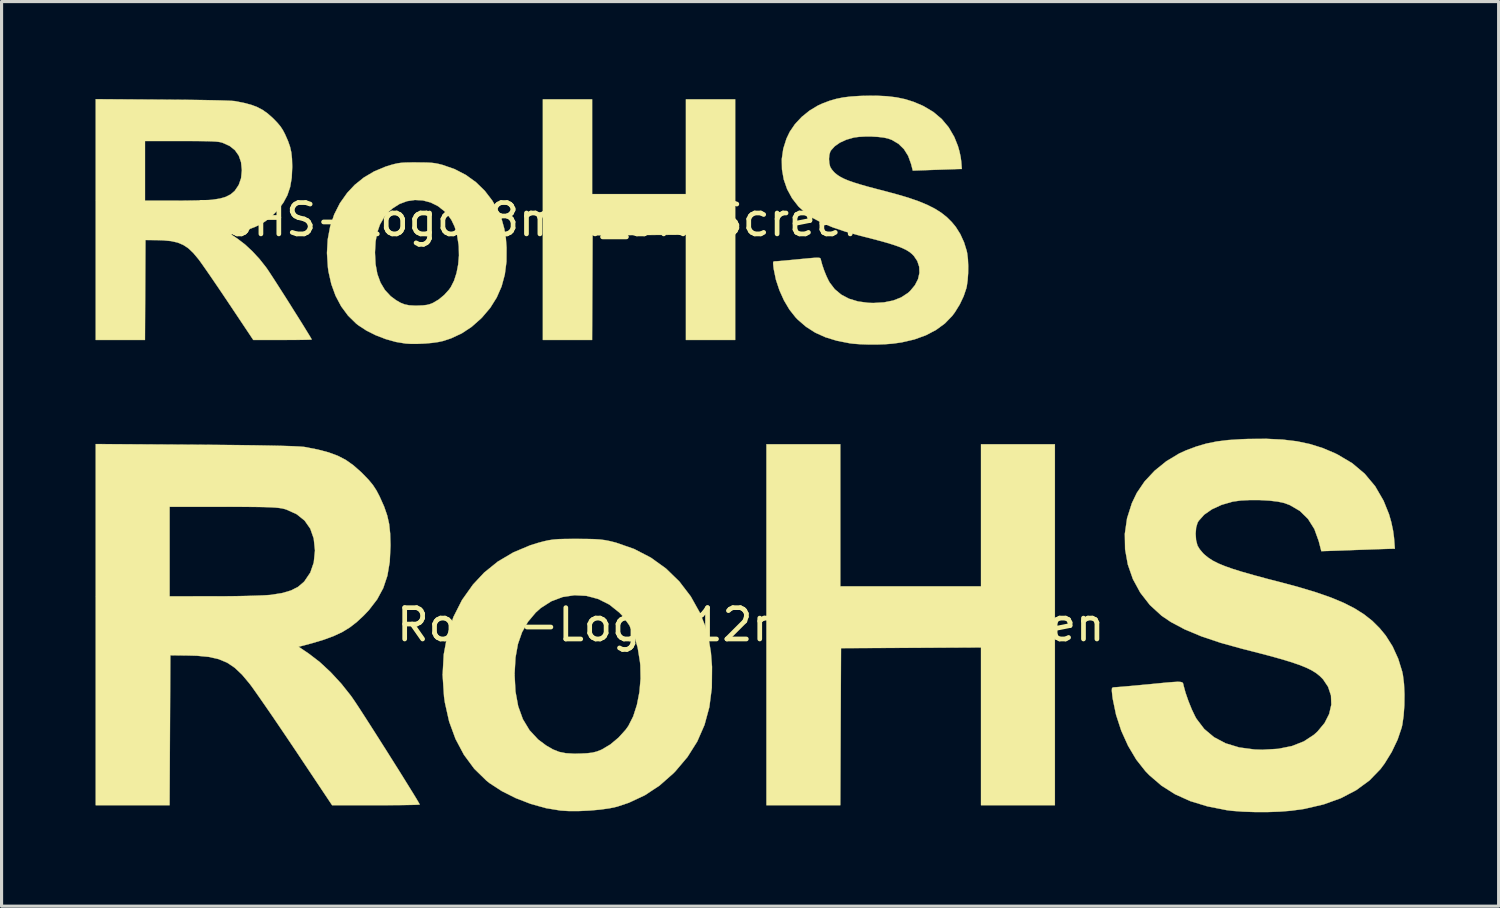
<source format=kicad_pcb>
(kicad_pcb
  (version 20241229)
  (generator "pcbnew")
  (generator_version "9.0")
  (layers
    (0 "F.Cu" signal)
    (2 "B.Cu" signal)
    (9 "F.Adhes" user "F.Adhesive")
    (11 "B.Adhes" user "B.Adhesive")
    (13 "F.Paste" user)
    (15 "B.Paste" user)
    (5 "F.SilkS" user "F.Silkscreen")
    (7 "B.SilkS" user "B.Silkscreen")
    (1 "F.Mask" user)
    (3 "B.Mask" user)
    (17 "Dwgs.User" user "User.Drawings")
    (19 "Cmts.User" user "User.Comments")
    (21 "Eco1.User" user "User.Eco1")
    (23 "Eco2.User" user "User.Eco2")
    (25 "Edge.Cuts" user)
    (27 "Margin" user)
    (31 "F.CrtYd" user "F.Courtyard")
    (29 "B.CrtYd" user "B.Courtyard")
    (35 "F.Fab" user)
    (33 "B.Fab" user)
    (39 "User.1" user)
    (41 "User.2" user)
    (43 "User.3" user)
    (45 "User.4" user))
  (footprint "RoHS-Logo_12mm_SilkScreen"
    (layer "F.Cu")
    (at 20.915 16.891)
    (property "Reference" "RoHS-Logo_12mm_SilkScreen" (at 0 0 0) (layer "F.SilkS") (effects (font (size 1 1) (thickness 0.15))))
    (attr exclude_from_pos_files exclude_from_bom allow_missing_courtyard)
    (fp_poly (pts (xy 2.857 -1.225) (xy 7.348 -1.225) (xy 7.348 -5.76) (xy 9.706 -5.76) (xy 9.706 5.76) (xy 7.348 5.76) (xy 7.348 0.725) (xy 5.114 0.737) (xy 2.88 0.748) (xy 2.868 3.254) (xy 2.857 5.76) (xy 0.499 5.76) (xy 0.499 -5.76) (xy 2.857 -5.76) (xy 2.857 -1.225)) (stroke (width 0.01) (type solid)) (fill yes) (layer "F.SilkS"))
    (fp_poly (pts (xy -5.534 -2.74) (xy -5.231 -2.738) (xy -4.997 -2.732) (xy -4.812 -2.72) (xy -4.654 -2.7) (xy -4.502 -2.67) (xy -4.334 -2.628) (xy -4.306 -2.621) (xy -3.726 -2.419) (xy -3.191 -2.142) (xy -2.707 -1.794) (xy -2.28 -1.379) (xy -1.916 -0.903) (xy -1.63 -0.391) (xy -1.464 0.017) (xy -1.347 0.436) (xy -1.273 0.891) (xy -1.238 1.343) (xy -1.244 2.01) (xy -1.323 2.627) (xy -1.478 3.198) (xy -1.71 3.728) (xy -2.02 4.22) (xy -2.41 4.681) (xy -2.47 4.742) (xy -2.913 5.133) (xy -3.382 5.443) (xy -3.893 5.682) (xy -4.271 5.808) (xy -4.508 5.859) (xy -4.807 5.901) (xy -5.142 5.931) (xy -5.486 5.947) (xy -5.81 5.947) (xy -6.065 5.932) (xy -6.538 5.854) (xy -7.026 5.718) (xy -7.505 5.533) (xy -7.95 5.309) (xy -8.337 5.057) (xy -8.44 4.975) (xy -8.828 4.596) (xy -9.157 4.15) (xy -9.425 3.646) (xy -9.629 3.089) (xy -9.764 2.487) (xy -9.792 2.291) (xy -9.837 1.604) (xy -9.836 1.587) (xy -7.54 1.587) (xy -7.512 2.128) (xy -7.425 2.602) (xy -7.276 3.014) (xy -7.063 3.367) (xy -6.787 3.664) (xy -6.531 3.855) (xy -6.319 3.978) (xy -6.119 4.058) (xy -5.904 4.101) (xy -5.644 4.116) (xy -5.466 4.114) (xy -5.232 4.103) (xy -5.059 4.083) (xy -4.917 4.048) (xy -4.775 3.992) (xy -4.753 3.982) (xy -4.484 3.822) (xy -4.221 3.602) (xy -3.993 3.35) (xy -3.906 3.227) (xy -3.753 2.924) (xy -3.635 2.557) (xy -3.555 2.148) (xy -3.518 1.721) (xy -3.526 1.296) (xy -3.537 1.19) (xy -3.611 0.731) (xy -3.723 0.342) (xy -3.88 0.013) (xy -4.085 -0.271) (xy -4.198 -0.39) (xy -4.52 -0.646) (xy -4.873 -0.823) (xy -5.247 -0.922) (xy -5.628 -0.942) (xy -6.006 -0.885) (xy -6.368 -0.749) (xy -6.702 -0.535) (xy -6.865 -0.389) (xy -7.113 -0.094) (xy -7.301 0.238) (xy -7.433 0.616) (xy -7.511 1.051) (xy -7.539 1.554) (xy -7.54 1.587) (xy -9.836 1.587) (xy -9.801 0.949) (xy -9.686 0.33) (xy -9.491 -0.25) (xy -9.218 -0.789) (xy -8.868 -1.282) (xy -8.511 -1.664) (xy -8.077 -2.015) (xy -7.581 -2.308) (xy -7.037 -2.537) (xy -6.777 -2.617) (xy -6.604 -2.663) (xy -6.455 -2.696) (xy -6.308 -2.718) (xy -6.144 -2.732) (xy -5.94 -2.738) (xy -5.676 -2.74) (xy -5.534 -2.74)) (stroke (width 0.01) (type solid)) (fill yes) (layer "F.SilkS"))
    (fp_poly (pts (xy -17.723 -5.746) (xy -17.011 -5.74) (xy -16.374 -5.734) (xy -15.816 -5.727) (xy -15.337 -5.718) (xy -14.941 -5.709) (xy -14.628 -5.699) (xy -14.402 -5.688) (xy -14.264 -5.677) (xy -14.242 -5.674) (xy -13.821 -5.592) (xy -13.473 -5.5) (xy -13.179 -5.391) (xy -12.922 -5.257) (xy -12.684 -5.088) (xy -12.446 -4.878) (xy -12.395 -4.828) (xy -12.204 -4.631) (xy -12.063 -4.461) (xy -11.951 -4.29) (xy -11.846 -4.09) (xy -11.841 -4.078) (xy -11.702 -3.767) (xy -11.606 -3.489) (xy -11.544 -3.215) (xy -11.512 -2.914) (xy -11.501 -2.557) (xy -11.501 -2.517) (xy -11.525 -2.009) (xy -11.6 -1.565) (xy -11.732 -1.17) (xy -11.927 -0.809) (xy -12.19 -0.467) (xy -12.356 -0.293) (xy -12.577 -0.087) (xy -12.799 0.085) (xy -13.037 0.231) (xy -13.308 0.358) (xy -13.626 0.476) (xy -14.009 0.591) (xy -14.281 0.664) (xy -14.434 0.703) (xy -14.1 0.929) (xy -13.76 1.19) (xy -13.41 1.515) (xy -13.07 1.883) (xy -12.761 2.272) (xy -12.716 2.336) (xy -12.638 2.45) (xy -12.524 2.622) (xy -12.382 2.841) (xy -12.216 3.099) (xy -12.033 3.385) (xy -11.839 3.69) (xy -11.639 4.005) (xy -11.44 4.321) (xy -11.247 4.627) (xy -11.068 4.914) (xy -10.907 5.174) (xy -10.77 5.395) (xy -10.664 5.569) (xy -10.595 5.687) (xy -10.568 5.738) (xy -10.568 5.739) (xy -10.612 5.744) (xy -10.735 5.749) (xy -10.927 5.753) (xy -11.177 5.757) (xy -11.474 5.759) (xy -11.807 5.76) (xy -11.966 5.76) (xy -13.365 5.76) (xy -14.523 4.025) (xy -14.773 3.653) (xy -15.019 3.289) (xy -15.253 2.944) (xy -15.47 2.629) (xy -15.662 2.352) (xy -15.822 2.124) (xy -15.943 1.955) (xy -15.999 1.881) (xy -16.239 1.594) (xy -16.473 1.373) (xy -16.717 1.21) (xy -16.988 1.097) (xy -17.303 1.026) (xy -17.677 0.99) (xy -17.959 0.982) (xy -18.528 0.975) (xy -18.54 3.368) (xy -18.552 5.76) (xy -20.91 5.76) (xy -20.91 -3.765) (xy -18.551 -3.765) (xy -18.551 -0.907) (xy -17.134 -0.908) (xy -16.762 -0.909) (xy -16.399 -0.913) (xy -16.062 -0.92) (xy -15.765 -0.929) (xy -15.524 -0.939) (xy -15.354 -0.95) (xy -15.32 -0.953) (xy -14.963 -1.01) (xy -14.679 -1.093) (xy -14.454 -1.207) (xy -14.273 -1.36) (xy -14.246 -1.39) (xy -14.06 -1.665) (xy -13.95 -1.985) (xy -13.912 -2.355) (xy -13.912 -2.381) (xy -13.951 -2.752) (xy -14.061 -3.066) (xy -14.242 -3.324) (xy -14.494 -3.527) (xy -14.819 -3.674) (xy -14.878 -3.693) (xy -14.956 -3.712) (xy -15.052 -3.727) (xy -15.177 -3.74) (xy -15.34 -3.749) (xy -15.551 -3.756) (xy -15.819 -3.76) (xy -16.153 -3.763) (xy -16.563 -3.764) (xy -16.836 -3.765) (xy -18.551 -3.765) (xy -20.91 -3.765) (xy -20.91 -5.767) (xy -17.723 -5.746)) (stroke (width 0.01) (type solid)) (fill yes) (layer "F.SilkS"))
    (fp_poly (pts (xy 16.973 -5.91) (xy 17.432 -5.855) (xy 17.852 -5.766) (xy 18.25 -5.641) (xy 18.641 -5.476) (xy 18.727 -5.434) (xy 19.195 -5.157) (xy 19.595 -4.82) (xy 19.929 -4.421) (xy 20.197 -3.959) (xy 20.371 -3.529) (xy 20.444 -3.273) (xy 20.501 -3.003) (xy 20.531 -2.779) (xy 20.558 -2.427) (xy 20.428 -2.424) (xy 20.346 -2.422) (xy 20.188 -2.417) (xy 19.969 -2.41) (xy 19.704 -2.4) (xy 19.408 -2.39) (xy 19.254 -2.385) (xy 18.211 -2.348) (xy 18.128 -2.669) (xy 17.989 -3.054) (xy 17.787 -3.376) (xy 17.526 -3.632) (xy 17.206 -3.819) (xy 17.032 -3.884) (xy 16.822 -3.93) (xy 16.55 -3.962) (xy 16.244 -3.979) (xy 15.931 -3.98) (xy 15.64 -3.965) (xy 15.398 -3.932) (xy 15.38 -3.929) (xy 15.028 -3.827) (xy 14.721 -3.686) (xy 14.473 -3.514) (xy 14.297 -3.317) (xy 14.261 -3.257) (xy 14.215 -3.104) (xy 14.199 -2.905) (xy 14.213 -2.699) (xy 14.258 -2.527) (xy 14.258 -2.526) (xy 14.33 -2.408) (xy 14.441 -2.277) (xy 14.495 -2.226) (xy 14.614 -2.132) (xy 14.752 -2.043) (xy 14.92 -1.958) (xy 15.125 -1.873) (xy 15.376 -1.784) (xy 15.683 -1.688) (xy 16.055 -1.582) (xy 16.499 -1.462) (xy 16.873 -1.366) (xy 17.501 -1.197) (xy 18.046 -1.033) (xy 18.519 -0.868) (xy 18.926 -0.698) (xy 19.277 -0.519) (xy 19.58 -0.327) (xy 19.844 -0.118) (xy 20.076 0.114) (xy 20.267 0.346) (xy 20.485 0.691) (xy 20.665 1.086) (xy 20.791 1.492) (xy 20.815 1.607) (xy 20.85 1.89) (xy 20.865 2.221) (xy 20.861 2.569) (xy 20.837 2.903) (xy 20.796 3.191) (xy 20.775 3.283) (xy 20.646 3.665) (xy 20.458 4.06) (xy 20.229 4.432) (xy 20.097 4.609) (xy 19.746 4.971) (xy 19.324 5.28) (xy 18.835 5.536) (xy 18.283 5.735) (xy 17.672 5.877) (xy 17.245 5.937) (xy 16.893 5.965) (xy 16.5 5.979) (xy 16.095 5.979) (xy 15.707 5.966) (xy 15.363 5.94) (xy 15.195 5.919) (xy 14.575 5.797) (xy 14.026 5.629) (xy 13.539 5.409) (xy 13.105 5.133) (xy 12.716 4.798) (xy 12.596 4.674) (xy 12.303 4.303) (xy 12.043 3.865) (xy 11.825 3.383) (xy 11.659 2.875) (xy 11.553 2.365) (xy 11.539 2.257) (xy 11.524 2.11) (xy 11.528 2.032) (xy 11.555 2.001) (xy 11.614 1.996) (xy 11.617 1.996) (xy 11.694 1.991) (xy 11.845 1.979) (xy 12.056 1.961) (xy 12.311 1.938) (xy 12.594 1.911) (xy 12.655 1.906) (xy 13.003 1.872) (xy 13.271 1.846) (xy 13.47 1.83) (xy 13.611 1.822) (xy 13.704 1.824) (xy 13.76 1.836) (xy 13.79 1.857) (xy 13.803 1.889) (xy 13.812 1.932) (xy 13.813 1.939) (xy 13.876 2.17) (xy 13.968 2.435) (xy 14.075 2.7) (xy 14.184 2.928) (xy 14.226 3.003) (xy 14.474 3.328) (xy 14.785 3.589) (xy 15.158 3.786) (xy 15.59 3.917) (xy 16.08 3.982) (xy 16.329 3.99) (xy 16.834 3.961) (xy 17.275 3.872) (xy 17.654 3.723) (xy 17.976 3.511) (xy 18.089 3.409) (xy 18.314 3.138) (xy 18.461 2.849) (xy 18.53 2.552) (xy 18.519 2.259) (xy 18.426 1.98) (xy 18.266 1.742) (xy 18.164 1.639) (xy 18.046 1.544) (xy 17.903 1.455) (xy 17.727 1.369) (xy 17.508 1.281) (xy 17.239 1.19) (xy 16.912 1.091) (xy 16.518 0.982) (xy 16.049 0.86) (xy 15.707 0.773) (xy 15.003 0.579) (xy 14.384 0.371) (xy 13.852 0.149) (xy 13.408 -0.087) (xy 13.116 -0.284) (xy 12.739 -0.629) (xy 12.432 -1.023) (xy 12.196 -1.458) (xy 12.034 -1.923) (xy 11.947 -2.408) (xy 11.939 -2.903) (xy 12.01 -3.397) (xy 12.164 -3.881) (xy 12.32 -4.206) (xy 12.57 -4.574) (xy 12.891 -4.917) (xy 13.265 -5.22) (xy 13.674 -5.466) (xy 13.889 -5.564) (xy 14.223 -5.689) (xy 14.544 -5.783) (xy 14.876 -5.85) (xy 15.241 -5.895) (xy 15.664 -5.922) (xy 15.876 -5.93) (xy 16.46 -5.934) (xy 16.973 -5.91)) (stroke (width 0.01) (type solid)) (fill yes) (layer "F.SilkS")))
  (footprint "RoHS-Logo_8mm_SilkScreen"
    (layer "F.Cu")
    (at 13.945 3.961)
    (property "Reference" "RoHS-Logo_8mm_SilkScreen" (at 0 0 0) (layer "F.SilkS") (effects (font (size 1 1) (thickness 0.15))))
    (attr exclude_from_pos_files exclude_from_bom allow_missing_courtyard)
    (fp_poly (pts (xy 1.905 -0.816) (xy 4.899 -0.816) (xy 4.899 -3.84) (xy 6.471 -3.84) (xy 6.471 3.84) (xy 4.899 3.84) (xy 4.899 0.483) (xy 3.409 0.491) (xy 1.92 0.499) (xy 1.912 2.17) (xy 1.904 3.84) (xy 0.333 3.84) (xy 0.333 -3.84) (xy 1.905 -3.84) (xy 1.905 -0.816)) (stroke (width 0.01) (type solid)) (fill yes) (layer "F.SilkS"))
    (fp_poly (pts (xy -3.689 -1.826) (xy -3.487 -1.825) (xy -3.332 -1.821) (xy -3.208 -1.813) (xy -3.103 -1.8) (xy -3.001 -1.78) (xy -2.889 -1.752) (xy -2.871 -1.747) (xy -2.484 -1.613) (xy -2.127 -1.428) (xy -1.804 -1.196) (xy -1.52 -0.919) (xy -1.277 -0.602) (xy -1.087 -0.26) (xy -0.976 0.011) (xy -0.898 0.291) (xy -0.848 0.594) (xy -0.826 0.895) (xy -0.829 1.34) (xy -0.882 1.752) (xy -0.985 2.132) (xy -1.14 2.485) (xy -1.346 2.814) (xy -1.607 3.121) (xy -1.647 3.161) (xy -1.942 3.422) (xy -2.255 3.629) (xy -2.595 3.788) (xy -2.848 3.872) (xy -3.005 3.906) (xy -3.205 3.934) (xy -3.428 3.954) (xy -3.657 3.964) (xy -3.873 3.965) (xy -4.043 3.955) (xy -4.359 3.903) (xy -4.684 3.812) (xy -5.003 3.689) (xy -5.3 3.54) (xy -5.558 3.371) (xy -5.627 3.317) (xy -5.885 3.064) (xy -6.105 2.767) (xy -6.284 2.43) (xy -6.419 2.059) (xy -6.51 1.658) (xy -6.528 1.527) (xy -6.558 1.069) (xy -6.558 1.058) (xy -5.026 1.058) (xy -5.008 1.419) (xy -4.95 1.735) (xy -4.85 2.01) (xy -4.709 2.245) (xy -4.525 2.443) (xy -4.354 2.57) (xy -4.213 2.652) (xy -4.079 2.705) (xy -3.936 2.734) (xy -3.762 2.744) (xy -3.644 2.743) (xy -3.488 2.736) (xy -3.373 2.722) (xy -3.278 2.699) (xy -3.183 2.661) (xy -3.168 2.654) (xy -2.989 2.548) (xy -2.814 2.402) (xy -2.662 2.234) (xy -2.604 2.151) (xy -2.502 1.949) (xy -2.423 1.704) (xy -2.37 1.432) (xy -2.345 1.147) (xy -2.351 0.864) (xy -2.358 0.793) (xy -2.407 0.487) (xy -2.482 0.228) (xy -2.586 0.009) (xy -2.724 -0.181) (xy -2.799 -0.26) (xy -3.013 -0.43) (xy -3.249 -0.548) (xy -3.498 -0.614) (xy -3.752 -0.628) (xy -4.004 -0.59) (xy -4.245 -0.5) (xy -4.468 -0.357) (xy -4.577 -0.26) (xy -4.742 -0.063) (xy -4.868 0.158) (xy -4.955 0.411) (xy -5.007 0.701) (xy -5.026 1.036) (xy -5.026 1.058) (xy -6.558 1.058) (xy -6.534 0.633) (xy -6.457 0.22) (xy -6.327 -0.167) (xy -6.145 -0.526) (xy -5.912 -0.855) (xy -5.674 -1.109) (xy -5.384 -1.343) (xy -5.054 -1.539) (xy -4.691 -1.691) (xy -4.518 -1.745) (xy -4.402 -1.776) (xy -4.303 -1.798) (xy -4.205 -1.812) (xy -4.096 -1.821) (xy -3.96 -1.825) (xy -3.784 -1.827) (xy -3.689 -1.826)) (stroke (width 0.01) (type solid)) (fill yes) (layer "F.SilkS"))
    (fp_poly (pts (xy -11.816 -3.831) (xy -11.341 -3.827) (xy -10.916 -3.823) (xy -10.544 -3.818) (xy -10.225 -3.812) (xy -9.96 -3.806) (xy -9.752 -3.799) (xy -9.601 -3.792) (xy -9.509 -3.785) (xy -9.495 -3.783) (xy -9.214 -3.728) (xy -8.982 -3.667) (xy -8.786 -3.594) (xy -8.615 -3.504) (xy -8.456 -3.392) (xy -8.297 -3.252) (xy -8.263 -3.219) (xy -8.136 -3.087) (xy -8.042 -2.974) (xy -7.967 -2.86) (xy -7.897 -2.727) (xy -7.894 -2.719) (xy -7.802 -2.511) (xy -7.737 -2.326) (xy -7.696 -2.143) (xy -7.675 -1.943) (xy -7.668 -1.705) (xy -7.668 -1.678) (xy -7.683 -1.34) (xy -7.734 -1.043) (xy -7.822 -0.78) (xy -7.952 -0.539) (xy -8.127 -0.311) (xy -8.237 -0.195) (xy -8.385 -0.058) (xy -8.533 0.057) (xy -8.691 0.154) (xy -8.872 0.239) (xy -9.084 0.317) (xy -9.34 0.394) (xy -9.521 0.442) (xy -9.622 0.469) (xy -9.4 0.619) (xy -9.173 0.793) (xy -8.94 1.01) (xy -8.713 1.255) (xy -8.508 1.515) (xy -8.477 1.557) (xy -8.425 1.634) (xy -8.35 1.748) (xy -8.255 1.894) (xy -8.144 2.066) (xy -8.022 2.257) (xy -7.892 2.46) (xy -7.759 2.67) (xy -7.627 2.881) (xy -7.498 3.085) (xy -7.378 3.276) (xy -7.271 3.449) (xy -7.18 3.597) (xy -7.109 3.713) (xy -7.063 3.791) (xy -7.046 3.825) (xy -7.045 3.826) (xy -7.074 3.83) (xy -7.157 3.833) (xy -7.285 3.836) (xy -7.452 3.838) (xy -7.65 3.839) (xy -7.872 3.84) (xy -7.978 3.84) (xy -8.91 3.84) (xy -9.682 2.684) (xy -9.849 2.435) (xy -10.012 2.193) (xy -10.169 1.963) (xy -10.313 1.752) (xy -10.441 1.568) (xy -10.548 1.416) (xy -10.629 1.303) (xy -10.666 1.254) (xy -10.826 1.063) (xy -10.982 0.915) (xy -11.145 0.807) (xy -11.325 0.731) (xy -11.535 0.684) (xy -11.785 0.66) (xy -11.973 0.654) (xy -12.352 0.65) (xy -12.36 2.245) (xy -12.368 3.84) (xy -13.94 3.84) (xy -13.94 -2.51) (xy -12.367 -2.51) (xy -12.367 -0.605) (xy -11.422 -0.605) (xy -11.174 -0.606) (xy -10.933 -0.609) (xy -10.708 -0.613) (xy -10.51 -0.619) (xy -10.349 -0.626) (xy -10.236 -0.633) (xy -10.213 -0.636) (xy -9.975 -0.673) (xy -9.786 -0.728) (xy -9.636 -0.805) (xy -9.515 -0.907) (xy -9.497 -0.926) (xy -9.374 -1.11) (xy -9.3 -1.323) (xy -9.275 -1.57) (xy -9.275 -1.587) (xy -9.301 -1.835) (xy -9.374 -2.044) (xy -9.495 -2.216) (xy -9.663 -2.351) (xy -9.879 -2.449) (xy -9.919 -2.462) (xy -9.97 -2.475) (xy -10.035 -2.485) (xy -10.118 -2.493) (xy -10.227 -2.499) (xy -10.367 -2.504) (xy -10.546 -2.507) (xy -10.768 -2.509) (xy -11.042 -2.51) (xy -11.224 -2.51) (xy -12.367 -2.51) (xy -13.94 -2.51) (xy -13.94 -3.845) (xy -11.816 -3.831)) (stroke (width 0.01) (type solid)) (fill yes) (layer "F.SilkS"))
    (fp_poly (pts (xy 11.316 -3.94) (xy 11.621 -3.903) (xy 11.901 -3.844) (xy 12.166 -3.76) (xy 12.427 -3.65) (xy 12.485 -3.623) (xy 12.796 -3.438) (xy 13.063 -3.213) (xy 13.286 -2.947) (xy 13.465 -2.64) (xy 13.58 -2.353) (xy 13.629 -2.182) (xy 13.668 -2.002) (xy 13.688 -1.852) (xy 13.706 -1.618) (xy 13.619 -1.616) (xy 13.564 -1.615) (xy 13.459 -1.611) (xy 13.313 -1.606) (xy 13.136 -1.6) (xy 12.939 -1.593) (xy 12.836 -1.59) (xy 12.141 -1.565) (xy 12.086 -1.779) (xy 11.993 -2.036) (xy 11.858 -2.251) (xy 11.684 -2.421) (xy 11.471 -2.546) (xy 11.354 -2.589) (xy 11.214 -2.62) (xy 11.033 -2.641) (xy 10.829 -2.653) (xy 10.621 -2.653) (xy 10.427 -2.643) (xy 10.265 -2.622) (xy 10.253 -2.619) (xy 10.018 -2.552) (xy 9.814 -2.458) (xy 9.648 -2.342) (xy 9.531 -2.212) (xy 9.507 -2.171) (xy 9.477 -2.069) (xy 9.466 -1.937) (xy 9.476 -1.8) (xy 9.505 -1.684) (xy 9.505 -1.684) (xy 9.553 -1.605) (xy 9.627 -1.518) (xy 9.663 -1.484) (xy 9.742 -1.421) (xy 9.835 -1.362) (xy 9.947 -1.305) (xy 10.083 -1.248) (xy 10.251 -1.189) (xy 10.455 -1.125) (xy 10.703 -1.054) (xy 11 -0.975) (xy 11.249 -0.911) (xy 11.667 -0.798) (xy 12.031 -0.689) (xy 12.346 -0.579) (xy 12.617 -0.465) (xy 12.851 -0.346) (xy 13.053 -0.218) (xy 13.229 -0.078) (xy 13.384 0.076) (xy 13.512 0.231) (xy 13.657 0.461) (xy 13.777 0.724) (xy 13.861 0.995) (xy 13.877 1.071) (xy 13.9 1.26) (xy 13.91 1.481) (xy 13.907 1.713) (xy 13.891 1.935) (xy 13.864 2.127) (xy 13.85 2.189) (xy 13.764 2.444) (xy 13.639 2.707) (xy 13.486 2.955) (xy 13.398 3.073) (xy 13.164 3.314) (xy 12.883 3.52) (xy 12.557 3.691) (xy 12.189 3.824) (xy 11.782 3.918) (xy 11.497 3.958) (xy 11.262 3.976) (xy 11 3.986) (xy 10.73 3.986) (xy 10.471 3.977) (xy 10.242 3.96) (xy 10.13 3.946) (xy 9.716 3.865) (xy 9.351 3.753) (xy 9.026 3.606) (xy 8.737 3.422) (xy 8.477 3.199) (xy 8.397 3.116) (xy 8.202 2.869) (xy 8.029 2.577) (xy 7.884 2.255) (xy 7.772 1.917) (xy 7.702 1.577) (xy 7.693 1.504) (xy 7.683 1.407) (xy 7.685 1.355) (xy 7.704 1.334) (xy 7.743 1.33) (xy 7.745 1.33) (xy 7.796 1.328) (xy 7.897 1.32) (xy 8.037 1.308) (xy 8.207 1.292) (xy 8.396 1.274) (xy 8.436 1.27) (xy 8.668 1.248) (xy 8.847 1.231) (xy 8.98 1.22) (xy 9.074 1.215) (xy 9.136 1.216) (xy 9.173 1.224) (xy 9.193 1.238) (xy 9.202 1.26) (xy 9.208 1.288) (xy 9.209 1.293) (xy 9.251 1.446) (xy 9.312 1.624) (xy 9.383 1.8) (xy 9.456 1.952) (xy 9.484 2.002) (xy 9.649 2.219) (xy 9.857 2.393) (xy 10.105 2.524) (xy 10.393 2.611) (xy 10.72 2.655) (xy 10.886 2.66) (xy 11.223 2.64) (xy 11.516 2.581) (xy 11.769 2.482) (xy 11.984 2.341) (xy 12.059 2.273) (xy 12.209 2.092) (xy 12.308 1.899) (xy 12.353 1.701) (xy 12.346 1.506) (xy 12.284 1.32) (xy 12.177 1.161) (xy 12.11 1.092) (xy 12.031 1.029) (xy 11.936 0.97) (xy 11.818 0.912) (xy 11.672 0.854) (xy 11.493 0.793) (xy 11.275 0.727) (xy 11.012 0.655) (xy 10.699 0.573) (xy 10.472 0.516) (xy 10.002 0.386) (xy 9.589 0.247) (xy 9.235 0.099) (xy 8.939 -0.058) (xy 8.744 -0.19) (xy 8.493 -0.419) (xy 8.288 -0.682) (xy 8.13 -0.972) (xy 8.022 -1.282) (xy 7.965 -1.605) (xy 7.959 -1.935) (xy 8.007 -2.265) (xy 8.109 -2.587) (xy 8.213 -2.804) (xy 8.38 -3.049) (xy 8.594 -3.278) (xy 8.844 -3.48) (xy 9.116 -3.644) (xy 9.26 -3.709) (xy 9.482 -3.793) (xy 9.696 -3.855) (xy 9.917 -3.9) (xy 10.161 -3.93) (xy 10.443 -3.948) (xy 10.584 -3.953) (xy 10.973 -3.956) (xy 11.316 -3.94)) (stroke (width 0.01) (type solid)) (fill yes) (layer "F.SilkS")))
  (gr_rect
    (start -3 -3)
    (end 44.785 25.875)
    (stroke (width 0.1) (type default))
    (fill no)
    (layer "Edge.Cuts")))
</source>
